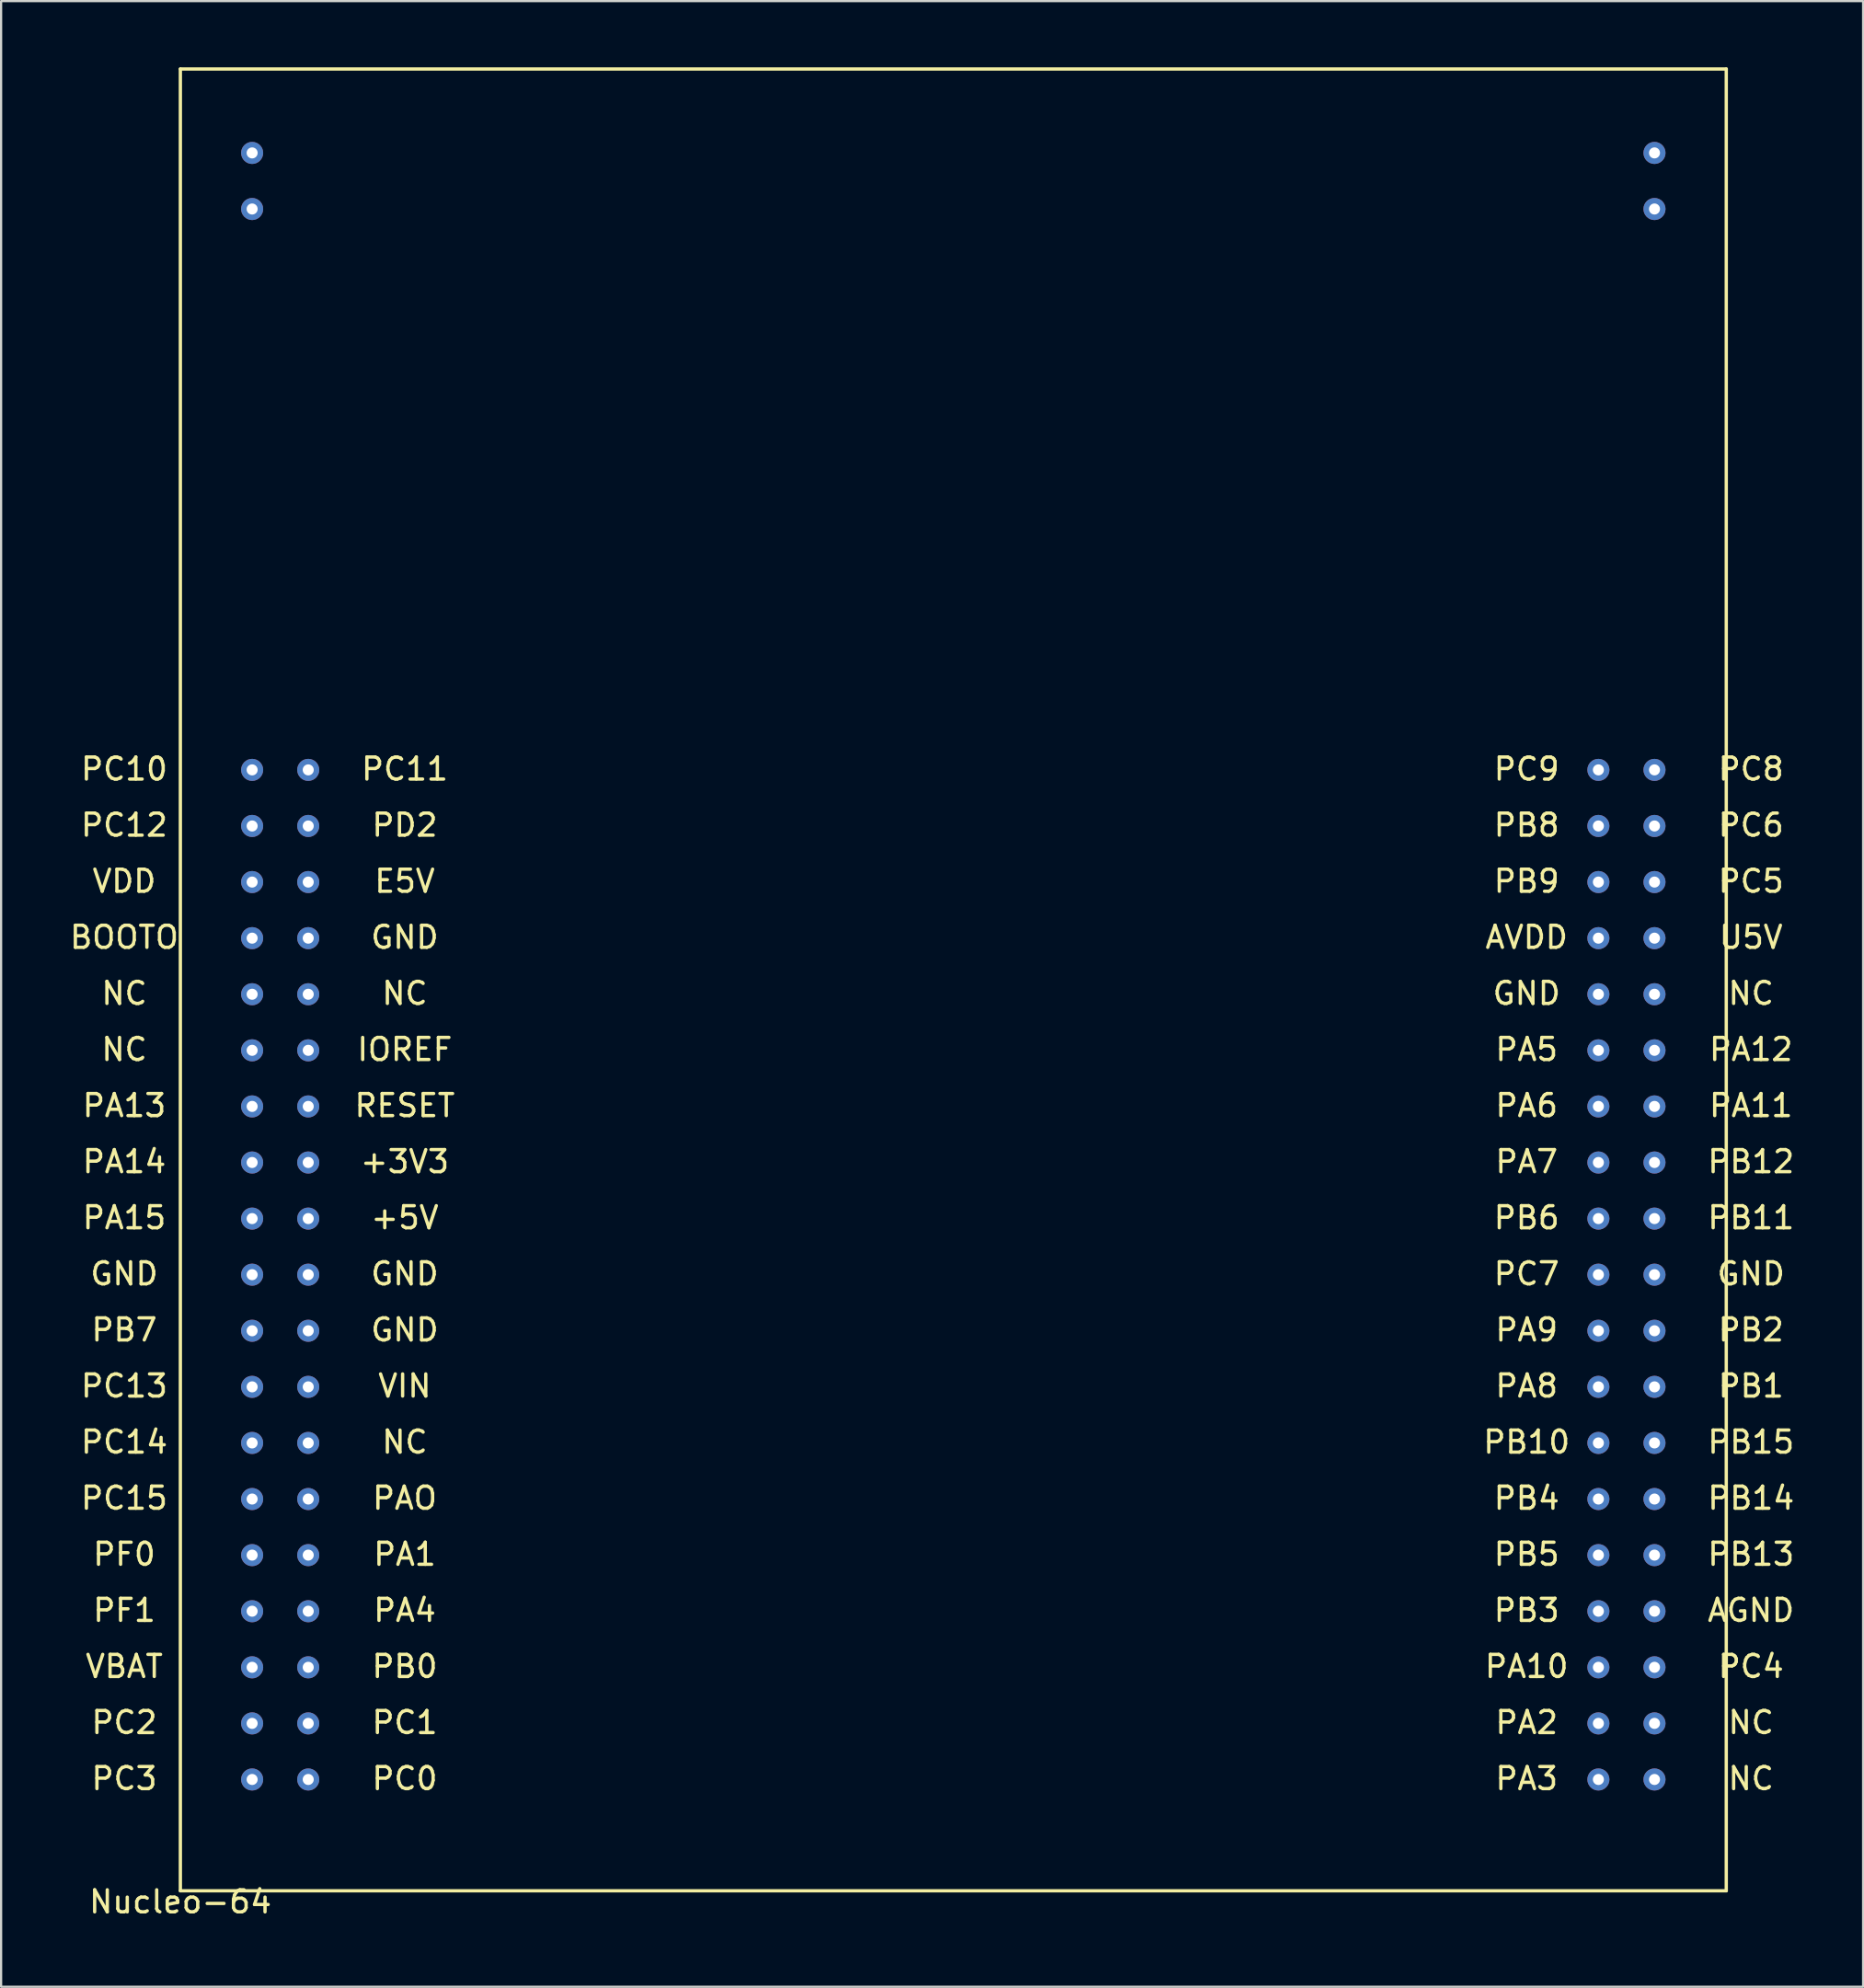
<source format=kicad_pcb>
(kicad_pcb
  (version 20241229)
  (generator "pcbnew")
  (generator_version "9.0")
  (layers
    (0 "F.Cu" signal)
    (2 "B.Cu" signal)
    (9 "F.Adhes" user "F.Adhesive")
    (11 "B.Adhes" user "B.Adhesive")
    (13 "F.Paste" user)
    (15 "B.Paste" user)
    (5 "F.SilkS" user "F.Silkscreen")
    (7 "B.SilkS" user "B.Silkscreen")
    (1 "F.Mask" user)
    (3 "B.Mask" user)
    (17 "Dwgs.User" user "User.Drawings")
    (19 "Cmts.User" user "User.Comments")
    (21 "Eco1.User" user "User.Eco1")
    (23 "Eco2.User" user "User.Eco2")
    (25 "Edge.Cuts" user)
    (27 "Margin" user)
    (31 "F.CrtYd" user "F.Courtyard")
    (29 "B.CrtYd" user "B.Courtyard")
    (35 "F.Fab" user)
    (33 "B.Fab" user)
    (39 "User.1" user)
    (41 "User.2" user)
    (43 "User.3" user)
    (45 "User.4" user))
  (footprint "Nucleo-64"
    (layer "F.Cu")
    (at 5.117 82.575)
    (property "Reference" "Nucleo-64" (at 0 0.5 0) (layer "F.SilkS") (effects (font (size 1 1) (thickness 0.15))))
    (attr through_hole)
    (fp_line (start 0 -82.5) (end 70 -82.5) (stroke (width 0.15) (type solid)) (layer "F.SilkS"))
    (fp_line (start 0 0) (end 0 -82.5) (stroke (width 0.15) (type solid)) (layer "F.SilkS"))
    (fp_line (start 0 0) (end 70 0) (stroke (width 0.15) (type solid)) (layer "F.SilkS"))
    (fp_line (start 70 -82.5) (end 70 0) (stroke (width 0.15) (type solid)) (layer "F.SilkS"))
    (fp_text user "VDD" (at -2.54 -45.72 0) (layer "F.SilkS") (effects (font (size 1 1) (thickness 0.15))))
    (fp_text user "PB9" (at 60.96 -45.72 0) (layer "F.SilkS") (effects (font (size 1 1) (thickness 0.15))))
    (fp_text user "PC14" (at -2.54 -20.32 0) (layer "F.SilkS") (effects (font (size 1 1) (thickness 0.15))))
    (fp_text user "PC0" (at 10.16 -5.08 0) (layer "F.SilkS") (effects (font (size 1 1) (thickness 0.15))))
    (fp_text user "PA14" (at -2.54 -33.02 0) (layer "F.SilkS") (effects (font (size 1 1) (thickness 0.15))))
    (fp_text user "PA2" (at 60.96 -7.62 0) (layer "F.SilkS") (effects (font (size 1 1) (thickness 0.15))))
    (fp_text user "NC" (at 10.16 -40.64 0) (layer "F.SilkS") (effects (font (size 1 1) (thickness 0.15))))
    (fp_text user "RESET" (at 10.16 -35.56 0) (layer "F.SilkS") (effects (font (size 1 1) (thickness 0.15))))
    (fp_text user "PA4" (at 10.16 -12.7 0) (layer "F.SilkS") (effects (font (size 1 1) (thickness 0.15))))
    (fp_text user "PA3" (at 60.96 -5.08 0) (layer "F.SilkS") (effects (font (size 1 1) (thickness 0.15))))
    (fp_text user "PC12" (at -2.54 -48.26 0) (layer "F.SilkS") (effects (font (size 1 1) (thickness 0.15))))
    (fp_text user "PF0" (at -2.54 -15.24 0) (layer "F.SilkS") (effects (font (size 1 1) (thickness 0.15))))
    (fp_text user "PB7" (at -2.54 -25.4 0) (layer "F.SilkS") (effects (font (size 1 1) (thickness 0.15))))
    (fp_text user "PB5" (at 60.96 -15.24 0) (layer "F.SilkS") (effects (font (size 1 1) (thickness 0.15))))
    (fp_text user "PA6" (at 60.96 -35.56 0) (layer "F.SilkS") (effects (font (size 1 1) (thickness 0.15))))
    (fp_text user "PC10" (at -2.54 -50.8 0) (layer "F.SilkS") (effects (font (size 1 1) (thickness 0.15))))
    (fp_text user "PA9" (at 60.96 -25.4 0) (layer "F.SilkS") (effects (font (size 1 1) (thickness 0.15))))
    (fp_text user "PB1" (at 71.12 -22.86 0) (layer "F.SilkS") (effects (font (size 1 1) (thickness 0.15))))
    (fp_text user "PB2" (at 71.12 -25.4 0) (layer "F.SilkS") (effects (font (size 1 1) (thickness 0.15))))
    (fp_text user "AVDD" (at 60.96 -43.18 0) (layer "F.SilkS") (effects (font (size 1 1) (thickness 0.15))))
    (fp_text user "GND" (at 10.16 -27.94 0) (layer "F.SilkS") (effects (font (size 1 1) (thickness 0.15))))
    (fp_text user "GND" (at 71.12 -27.94 0) (layer "F.SilkS") (effects (font (size 1 1) (thickness 0.15))))
    (fp_text user "PA15" (at -2.54 -30.48 0) (layer "F.SilkS") (effects (font (size 1 1) (thickness 0.15))))
    (fp_text user "VIN" (at 10.16 -22.86 0) (layer "F.SilkS") (effects (font (size 1 1) (thickness 0.15))))
    (fp_text user "PB0" (at 10.16 -10.16 0) (layer "F.SilkS") (effects (font (size 1 1) (thickness 0.15))))
    (fp_text user "PD2" (at 10.16 -48.26 0) (layer "F.SilkS") (effects (font (size 1 1) (thickness 0.15))))
    (fp_text user "PC5" (at 71.12 -45.72 0) (layer "F.SilkS") (effects (font (size 1 1) (thickness 0.15))))
    (fp_text user "PC13" (at -2.54 -22.86 0) (layer "F.SilkS") (effects (font (size 1 1) (thickness 0.15))))
    (fp_text user "PA8" (at 60.96 -22.86 0) (layer "F.SilkS") (effects (font (size 1 1) (thickness 0.15))))
    (fp_text user "PA13" (at -2.54 -35.56 0) (layer "F.SilkS") (effects (font (size 1 1) (thickness 0.15))))
    (fp_text user "PC6" (at 71.12 -48.26 0) (layer "F.SilkS") (effects (font (size 1 1) (thickness 0.15))))
    (fp_text user "PB3" (at 60.96 -12.7 0) (layer "F.SilkS") (effects (font (size 1 1) (thickness 0.15))))
    (fp_text user "IOREF" (at 10.16 -38.1 0) (layer "F.SilkS") (effects (font (size 1 1) (thickness 0.15))))
    (fp_text user "NC" (at -2.54 -40.64 0) (layer "F.SilkS") (effects (font (size 1 1) (thickness 0.15))))
    (fp_text user "PA10" (at 60.96 -10.16 0) (layer "F.SilkS") (effects (font (size 1 1) (thickness 0.15))))
    (fp_text user "PC15" (at -2.54 -17.78 0) (layer "F.SilkS") (effects (font (size 1 1) (thickness 0.15))))
    (fp_text user "PA12" (at 71.12 -38.1 0) (layer "F.SilkS") (effects (font (size 1 1) (thickness 0.15))))
    (fp_text user "NC" (at 10.16 -20.32 0) (layer "F.SilkS") (effects (font (size 1 1) (thickness 0.15))))
    (fp_text user "GND" (at -2.54 -27.94 0) (layer "F.SilkS") (effects (font (size 1 1) (thickness 0.15))))
    (fp_text user "PF1" (at -2.54 -12.7 0) (layer "F.SilkS") (effects (font (size 1 1) (thickness 0.15))))
    (fp_text user "PC2" (at -2.54 -7.62 0) (layer "F.SilkS") (effects (font (size 1 1) (thickness 0.15))))
    (fp_text user "PAO" (at 10.16 -17.78 0) (layer "F.SilkS") (effects (font (size 1 1) (thickness 0.15))))
    (fp_text user "PB6" (at 60.96 -30.48 0) (layer "F.SilkS") (effects (font (size 1 1) (thickness 0.15))))
    (fp_text user "PA11" (at 71.12 -35.56 0) (layer "F.SilkS") (effects (font (size 1 1) (thickness 0.15))))
    (fp_text user "PB12" (at 71.12 -33.02 0) (layer "F.SilkS") (effects (font (size 1 1) (thickness 0.15))))
    (fp_text user "PA7" (at 60.96 -33.02 0) (layer "F.SilkS") (effects (font (size 1 1) (thickness 0.15))))
    (fp_text user "PB11" (at 71.12 -30.48 0) (layer "F.SilkS") (effects (font (size 1 1) (thickness 0.15))))
    (fp_text user "AGND" (at 71.12 -12.7 0) (layer "F.SilkS") (effects (font (size 1 1) (thickness 0.15))))
    (fp_text user "+5V" (at 10.16 -30.48 0) (layer "F.SilkS") (effects (font (size 1 1) (thickness 0.15))))
    (fp_text user "NC" (at 71.12 -5.08 0) (layer "F.SilkS") (effects (font (size 1 1) (thickness 0.15))))
    (fp_text user "PC4" (at 71.12 -10.16 0) (layer "F.SilkS") (effects (font (size 1 1) (thickness 0.15))))
    (fp_text user "PB8" (at 60.96 -48.26 0) (layer "F.SilkS") (effects (font (size 1 1) (thickness 0.15))))
    (fp_text user "PB10" (at 60.96 -20.32 0) (layer "F.SilkS") (effects (font (size 1 1) (thickness 0.15))))
    (fp_text user "PB4" (at 60.96 -17.78 0) (layer "F.SilkS") (effects (font (size 1 1) (thickness 0.15))))
    (fp_text user "BOOTO" (at -2.54 -43.18 0) (layer "F.SilkS") (effects (font (size 1 1) (thickness 0.15))))
    (fp_text user "NC" (at 71.12 -7.62 0) (layer "F.SilkS") (effects (font (size 1 1) (thickness 0.15))))
    (fp_text user "+3V3" (at 10.16 -33.02 0) (layer "F.SilkS") (effects (font (size 1 1) (thickness 0.15))))
    (fp_text user "PC9" (at 60.96 -50.8 0) (layer "F.SilkS") (effects (font (size 1 1) (thickness 0.15))))
    (fp_text user "PB14" (at 71.12 -17.78 0) (layer "F.SilkS") (effects (font (size 1 1) (thickness 0.15))))
    (fp_text user "GND" (at 10.16 -43.18 0) (layer "F.SilkS") (effects (font (size 1 1) (thickness 0.15))))
    (fp_text user "PA1" (at 10.16 -15.24 0) (layer "F.SilkS") (effects (font (size 1 1) (thickness 0.15))))
    (fp_text user "PC1" (at 10.16 -7.62 0) (layer "F.SilkS") (effects (font (size 1 1) (thickness 0.15))))
    (fp_text user "NC" (at -2.54 -38.1 0) (layer "F.SilkS") (effects (font (size 1 1) (thickness 0.15))))
    (fp_text user "VBAT" (at -2.54 -10.16 0) (layer "F.SilkS") (effects (font (size 1 1) (thickness 0.15))))
    (fp_text user "PB13" (at 71.12 -15.24 0) (layer "F.SilkS") (effects (font (size 1 1) (thickness 0.15))))
    (fp_text user "GND" (at 10.16 -25.4 0) (layer "F.SilkS") (effects (font (size 1 1) (thickness 0.15))))
    (fp_text user "PC8" (at 71.12 -50.8 0) (layer "F.SilkS") (effects (font (size 1 1) (thickness 0.15))))
    (fp_text user "PA5" (at 60.96 -38.1 0) (layer "F.SilkS") (effects (font (size 1 1) (thickness 0.15))))
    (fp_text user "GND" (at 60.96 -40.64 0) (layer "F.SilkS") (effects (font (size 1 1) (thickness 0.15))))
    (fp_text user "PB15" (at 71.12 -20.32 0) (layer "F.SilkS") (effects (font (size 1 1) (thickness 0.15))))
    (fp_text user "PC11" (at 10.16 -50.8 0) (layer "F.SilkS") (effects (font (size 1 1) (thickness 0.15))))
    (fp_text user "U5V" (at 71.12 -43.18 0) (layer "F.SilkS") (effects (font (size 1 1) (thickness 0.15))))
    (fp_text user "PC7" (at 60.96 -27.94 0) (layer "F.SilkS") (effects (font (size 1 1) (thickness 0.15))))
    (fp_text user "NC" (at 71.12 -40.64 0) (layer "F.SilkS") (effects (font (size 1 1) (thickness 0.15))))
    (fp_text user "E5V" (at 10.16 -45.72 0) (layer "F.SilkS") (effects (font (size 1 1) (thickness 0.15))))
    (fp_text user "PC3" (at -2.54 -5.08 0) (layer "F.SilkS") (effects (font (size 1 1) (thickness 0.15))))
    (pad "1" thru_hole circle (at 3.25 -5.04) (size 1 1) (drill 0.5) (layers "*.Cu" "*.Mask"))
    (pad "3" thru_hole circle (at 5.79 -5.04) (size 1 1) (drill 0.5) (layers "*.Cu" "*.Mask"))
    (pad "4" thru_hole circle (at 3.25 -7.58) (size 1 1) (drill 0.5) (layers "*.Cu" "*.Mask"))
    (pad "5" thru_hole circle (at 3.25 -10.12) (size 1 1) (drill 0.5) (layers "*.Cu" "*.Mask"))
    (pad "6" thru_hole circle (at 3.25 -12.66) (size 1 1) (drill 0.5) (layers "*.Cu" "*.Mask"))
    (pad "7" thru_hole circle (at 3.25 -15.2) (size 1 1) (drill 0.5) (layers "*.Cu" "*.Mask"))
    (pad "8" thru_hole circle (at 3.25 -17.74) (size 1 1) (drill 0.5) (layers "*.Cu" "*.Mask"))
    (pad "9" thru_hole circle (at 3.25 -20.28) (size 1 1) (drill 0.5) (layers "*.Cu" "*.Mask"))
    (pad "10" thru_hole circle (at 3.25 -22.82) (size 1 1) (drill 0.5) (layers "*.Cu" "*.Mask"))
    (pad "11" thru_hole circle (at 3.25 -25.36) (size 1 1) (drill 0.5) (layers "*.Cu" "*.Mask"))
    (pad "12" thru_hole circle (at 3.25 -27.9) (size 1 1) (drill 0.5) (layers "*.Cu" "*.Mask"))
    (pad "13" thru_hole circle (at 3.25 -30.44) (size 1 1) (drill 0.5) (layers "*.Cu" "*.Mask"))
    (pad "14" thru_hole circle (at 3.25 -32.98) (size 1 1) (drill 0.5) (layers "*.Cu" "*.Mask"))
    (pad "15" thru_hole circle (at 3.25 -35.52) (size 1 1) (drill 0.5) (layers "*.Cu" "*.Mask"))
    (pad "16" thru_hole circle (at 3.25 -38.06) (size 1 1) (drill 0.5) (layers "*.Cu" "*.Mask"))
    (pad "17" thru_hole circle (at 3.25 -40.6) (size 1 1) (drill 0.5) (layers "*.Cu" "*.Mask"))
    (pad "18" thru_hole circle (at 3.25 -43.14) (size 1 1) (drill 0.5) (layers "*.Cu" "*.Mask"))
    (pad "19" thru_hole circle (at 3.25 -45.68) (size 1 1) (drill 0.5) (layers "*.Cu" "*.Mask"))
    (pad "20" thru_hole circle (at 3.25 -48.22) (size 1 1) (drill 0.5) (layers "*.Cu" "*.Mask"))
    (pad "21" thru_hole circle (at 3.25 -50.76) (size 1 1) (drill 0.5) (layers "*.Cu" "*.Mask"))
    (pad "22" thru_hole circle (at 5.79 -7.58) (size 1 1) (drill 0.5) (layers "*.Cu" "*.Mask"))
    (pad "23" thru_hole circle (at 5.79 -10.12) (size 1 1) (drill 0.5) (layers "*.Cu" "*.Mask"))
    (pad "24" thru_hole circle (at 5.79 -12.66) (size 1 1) (drill 0.5) (layers "*.Cu" "*.Mask"))
    (pad "25" thru_hole circle (at 5.79 -15.2) (size 1 1) (drill 0.5) (layers "*.Cu" "*.Mask"))
    (pad "26" thru_hole circle (at 5.79 -17.74) (size 1 1) (drill 0.5) (layers "*.Cu" "*.Mask"))
    (pad "27" thru_hole circle (at 5.79 -20.28) (size 1 1) (drill 0.5) (layers "*.Cu" "*.Mask"))
    (pad "28" thru_hole circle (at 5.79 -22.82) (size 1 1) (drill 0.5) (layers "*.Cu" "*.Mask"))
    (pad "29" thru_hole circle (at 5.79 -25.36) (size 1 1) (drill 0.5) (layers "*.Cu" "*.Mask"))
    (pad "30" thru_hole circle (at 5.79 -27.9) (size 1 1) (drill 0.5) (layers "*.Cu" "*.Mask"))
    (pad "31" thru_hole circle (at 5.79 -30.44) (size 1 1) (drill 0.5) (layers "*.Cu" "*.Mask"))
    (pad "32" thru_hole circle (at 5.79 -32.98) (size 1 1) (drill 0.5) (layers "*.Cu" "*.Mask"))
    (pad "33" thru_hole circle (at 5.79 -35.52) (size 1 1) (drill 0.5) (layers "*.Cu" "*.Mask"))
    (pad "34" thru_hole circle (at 5.79 -38.06) (size 1 1) (drill 0.5) (layers "*.Cu" "*.Mask"))
    (pad "35" thru_hole circle (at 5.79 -40.6) (size 1 1) (drill 0.5) (layers "*.Cu" "*.Mask"))
    (pad "36" thru_hole circle (at 5.79 -43.14) (size 1 1) (drill 0.5) (layers "*.Cu" "*.Mask"))
    (pad "37" thru_hole circle (at 5.79 -45.68) (size 1 1) (drill 0.5) (layers "*.Cu" "*.Mask"))
    (pad "38" thru_hole circle (at 5.79 -48.22) (size 1 1) (drill 0.5) (layers "*.Cu" "*.Mask"))
    (pad "39" thru_hole circle (at 5.79 -50.76) (size 1 1) (drill 0.5) (layers "*.Cu" "*.Mask"))
    (pad "40" thru_hole circle (at 66.75 -5.04) (size 1 1) (drill 0.5) (layers "*.Cu" "*.Mask"))
    (pad "41" thru_hole circle (at 64.21 -5.04) (size 1 1) (drill 0.5) (layers "*.Cu" "*.Mask"))
    (pad "42" thru_hole circle (at 66.75 -7.58) (size 1 1) (drill 0.5) (layers "*.Cu" "*.Mask"))
    (pad "43" thru_hole circle (at 66.75 -10.12) (size 1 1) (drill 0.5) (layers "*.Cu" "*.Mask"))
    (pad "44" thru_hole circle (at 66.75 -12.66) (size 1 1) (drill 0.5) (layers "*.Cu" "*.Mask"))
    (pad "45" thru_hole circle (at 66.75 -15.2) (size 1 1) (drill 0.5) (layers "*.Cu" "*.Mask"))
    (pad "46" thru_hole circle (at 66.75 -17.74) (size 1 1) (drill 0.5) (layers "*.Cu" "*.Mask"))
    (pad "47" thru_hole circle (at 66.75 -20.28) (size 1 1) (drill 0.5) (layers "*.Cu" "*.Mask"))
    (pad "48" thru_hole circle (at 66.75 -22.82) (size 1 1) (drill 0.5) (layers "*.Cu" "*.Mask"))
    (pad "49" thru_hole circle (at 66.75 -25.36) (size 1 1) (drill 0.5) (layers "*.Cu" "*.Mask"))
    (pad "50" thru_hole circle (at 66.75 -27.9) (size 1 1) (drill 0.5) (layers "*.Cu" "*.Mask"))
    (pad "51" thru_hole circle (at 66.75 -30.44) (size 1 1) (drill 0.5) (layers "*.Cu" "*.Mask"))
    (pad "52" thru_hole circle (at 66.75 -32.98) (size 1 1) (drill 0.5) (layers "*.Cu" "*.Mask"))
    (pad "53" thru_hole circle (at 66.75 -35.52) (size 1 1) (drill 0.5) (layers "*.Cu" "*.Mask"))
    (pad "54" thru_hole circle (at 66.75 -38.06) (size 1 1) (drill 0.5) (layers "*.Cu" "*.Mask"))
    (pad "55" thru_hole circle (at 66.75 -40.6) (size 1 1) (drill 0.5) (layers "*.Cu" "*.Mask"))
    (pad "56" thru_hole circle (at 66.75 -43.14) (size 1 1) (drill 0.5) (layers "*.Cu" "*.Mask"))
    (pad "57" thru_hole circle (at 66.75 -45.68) (size 1 1) (drill 0.5) (layers "*.Cu" "*.Mask"))
    (pad "58" thru_hole circle (at 66.75 -48.22) (size 1 1) (drill 0.5) (layers "*.Cu" "*.Mask"))
    (pad "59" thru_hole circle (at 66.75 -50.76) (size 1 1) (drill 0.5) (layers "*.Cu" "*.Mask"))
    (pad "60" thru_hole circle (at 64.21 -50.76) (size 1 1) (drill 0.5) (layers "*.Cu" "*.Mask"))
    (pad "61" thru_hole circle (at 64.21 -48.22) (size 1 1) (drill 0.5) (layers "*.Cu" "*.Mask"))
    (pad "62" thru_hole circle (at 64.21 -45.68) (size 1 1) (drill 0.5) (layers "*.Cu" "*.Mask"))
    (pad "63" thru_hole circle (at 64.21 -43.14) (size 1 1) (drill 0.5) (layers "*.Cu" "*.Mask"))
    (pad "64" thru_hole circle (at 64.21 -40.6) (size 1 1) (drill 0.5) (layers "*.Cu" "*.Mask"))
    (pad "65" thru_hole circle (at 64.21 -38.06) (size 1 1) (drill 0.5) (layers "*.Cu" "*.Mask"))
    (pad "66" thru_hole circle (at 64.21 -35.52) (size 1 1) (drill 0.5) (layers "*.Cu" "*.Mask"))
    (pad "67" thru_hole circle (at 64.21 -32.98) (size 1 1) (drill 0.5) (layers "*.Cu" "*.Mask"))
    (pad "68" thru_hole circle (at 64.21 -30.44) (size 1 1) (drill 0.5) (layers "*.Cu" "*.Mask"))
    (pad "69" thru_hole circle (at 64.21 -27.9) (size 1 1) (drill 0.5) (layers "*.Cu" "*.Mask"))
    (pad "70" thru_hole circle (at 64.21 -25.36) (size 1 1) (drill 0.5) (layers "*.Cu" "*.Mask"))
    (pad "71" thru_hole circle (at 64.21 -22.82) (size 1 1) (drill 0.5) (layers "*.Cu" "*.Mask"))
    (pad "72" thru_hole circle (at 64.21 -20.28) (size 1 1) (drill 0.5) (layers "*.Cu" "*.Mask"))
    (pad "73" thru_hole circle (at 64.21 -17.74) (size 1 1) (drill 0.5) (layers "*.Cu" "*.Mask"))
    (pad "74" thru_hole circle (at 64.21 -15.2) (size 1 1) (drill 0.5) (layers "*.Cu" "*.Mask"))
    (pad "75" thru_hole circle (at 64.21 -12.66) (size 1 1) (drill 0.5) (layers "*.Cu" "*.Mask"))
    (pad "76" thru_hole circle (at 64.21 -10.12) (size 1 1) (drill 0.5) (layers "*.Cu" "*.Mask"))
    (pad "77" thru_hole circle (at 64.21 -7.58) (size 1 1) (drill 0.5) (layers "*.Cu" "*.Mask"))
    (pad "78" thru_hole circle (at 3.25 -78.7) (size 1 1) (drill 0.5) (layers "*.Cu" "*.Mask"))
    (pad "79" thru_hole circle (at 3.25 -76.16) (size 1 1) (drill 0.5) (layers "*.Cu" "*.Mask"))
    (pad "80" thru_hole circle (at 66.75 -78.7) (size 1 1) (drill 0.5) (layers "*.Cu" "*.Mask"))
    (pad "81" thru_hole circle (at 66.75 -76.16) (size 1 1) (drill 0.5) (layers "*.Cu" "*.Mask")))
  (gr_rect
    (start -3 -3)
    (end 81.315 86.923)
    (stroke (width 0.1) (type default))
    (fill no)
    (layer "Edge.Cuts")))
</source>
